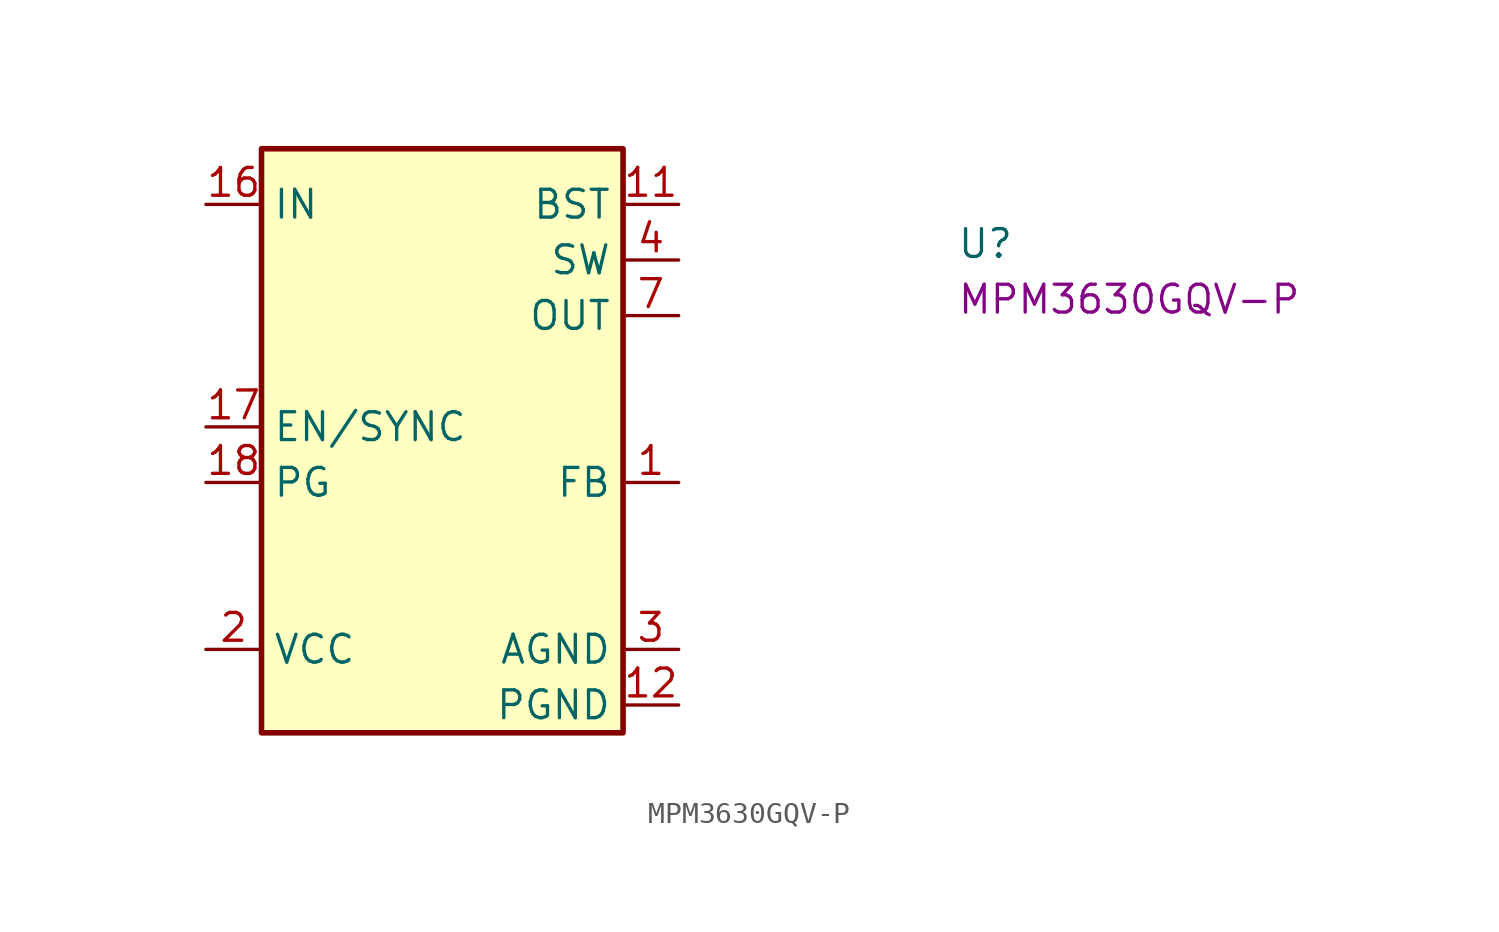
<source format=kicad_sym>
(kicad_symbol_lib
  (version 20220914)
  (generator kicad_symbol_editor)
  (symbol "MPM3630GQV-P"
    (property "Reference" "U"
      (at 34.29 -2.54 0)
      (effects (font (size 1.27 1.27) (thickness 0.15)) (justify left bottom)))
    (property "MPN" "MPM3630GQV-P"
      (at 34.29 -5.08 0)
      (effects (font (size 1.27 1.27) (thickness 0.15)) (justify left bottom)))
    (symbol "MPM3630GQV-P_1_1"
      (rectangle (start 2.54 2.54) (end 19.05 -24.13) (stroke (width 0.254) (type default)) (fill (type background)))
      (pin input line (at 21.59 -12.7 180) (length 2.54) (name "FB" (effects (font (size 1.27 1.27)))) (number "1" (effects (font (size 1.27 1.27)))))
      (pin no_connect line (at 19.05 -17.78 180) (length 2.54) hide (name "NC" (effects (font (size 1.27 1.27)))) (number "10" (effects (font (size 1.27 1.27)))))
      (pin unspecified line (at 21.59 0 180) (length 2.54) (name "BST" (effects (font (size 1.27 1.27)))) (number "11" (effects (font (size 1.27 1.27)))))
      (pin power_out line (at 21.59 -22.86 180) (length 2.54) (name "PGND" (effects (font (size 1.27 1.27)))) (number "12" (effects (font (size 1.27 1.27)))))
      (pin passive line (at 21.59 -22.86 180) (length 2.54) hide (name "PGND" (effects (font (size 1.27 1.27)))) (number "13" (effects (font (size 1.27 1.27)))))
      (pin passive line (at 21.59 -22.86 180) (length 2.54) hide (name "PGND" (effects (font (size 1.27 1.27)))) (number "14" (effects (font (size 1.27 1.27)))))
      (pin no_connect line (at 19.05 -15.24 180) (length 2.54) hide (name "NC" (effects (font (size 1.27 1.27)))) (number "15" (effects (font (size 1.27 1.27)))))
      (pin power_in line (at 0 0 0) (length 2.54) (name "IN" (effects (font (size 1.27 1.27)))) (number "16" (effects (font (size 1.27 1.27)))))
      (pin unspecified line (at 0 -10.16 0) (length 2.54) (name "EN/SYNC" (effects (font (size 1.27 1.27)))) (number "17" (effects (font (size 1.27 1.27)))))
      (pin unspecified line (at 0 -12.7 0) (length 2.54) (name "PG" (effects (font (size 1.27 1.27)))) (number "18" (effects (font (size 1.27 1.27)))))
      (pin no_connect line (at 19.05 -10.16 180) (length 2.54) hide (name "NC" (effects (font (size 1.27 1.27)))) (number "19" (effects (font (size 1.27 1.27)))))
      (pin power_in line (at 0 -20.32 0) (length 2.54) (name "VCC" (effects (font (size 1.27 1.27)))) (number "2" (effects (font (size 1.27 1.27)))))
      (pin no_connect line (at 19.05 -7.62 180) (length 2.54) hide (name "NC" (effects (font (size 1.27 1.27)))) (number "20" (effects (font (size 1.27 1.27)))))
      (pin power_out line (at 21.59 -20.32 180) (length 2.54) (name "AGND" (effects (font (size 1.27 1.27)))) (number "3" (effects (font (size 1.27 1.27)))))
      (pin output line (at 21.59 -2.54 180) (length 2.54) (name "SW" (effects (font (size 1.27 1.27)))) (number "4" (effects (font (size 1.27 1.27)))))
      (pin passive line (at 21.59 -2.54 180) (length 2.54) hide (name "SW" (effects (font (size 1.27 1.27)))) (number "5" (effects (font (size 1.27 1.27)))))
      (pin passive line (at 21.59 -2.54 180) (length 2.54) hide (name "SW" (effects (font (size 1.27 1.27)))) (number "6" (effects (font (size 1.27 1.27)))))
      (pin output line (at 21.59 -5.08 180) (length 2.54) (name "OUT" (effects (font (size 1.27 1.27)))) (number "7" (effects (font (size 1.27 1.27)))))
      (pin passive line (at 21.59 -5.08 180) (length 2.54) hide (name "OUT" (effects (font (size 1.27 1.27)))) (number "8" (effects (font (size 1.27 1.27)))))
      (pin passive line (at 21.59 -5.08 180) (length 2.54) hide (name "OUT" (effects (font (size 1.27 1.27)))) (number "9" (effects (font (size 1.27 1.27))))))))
</source>
